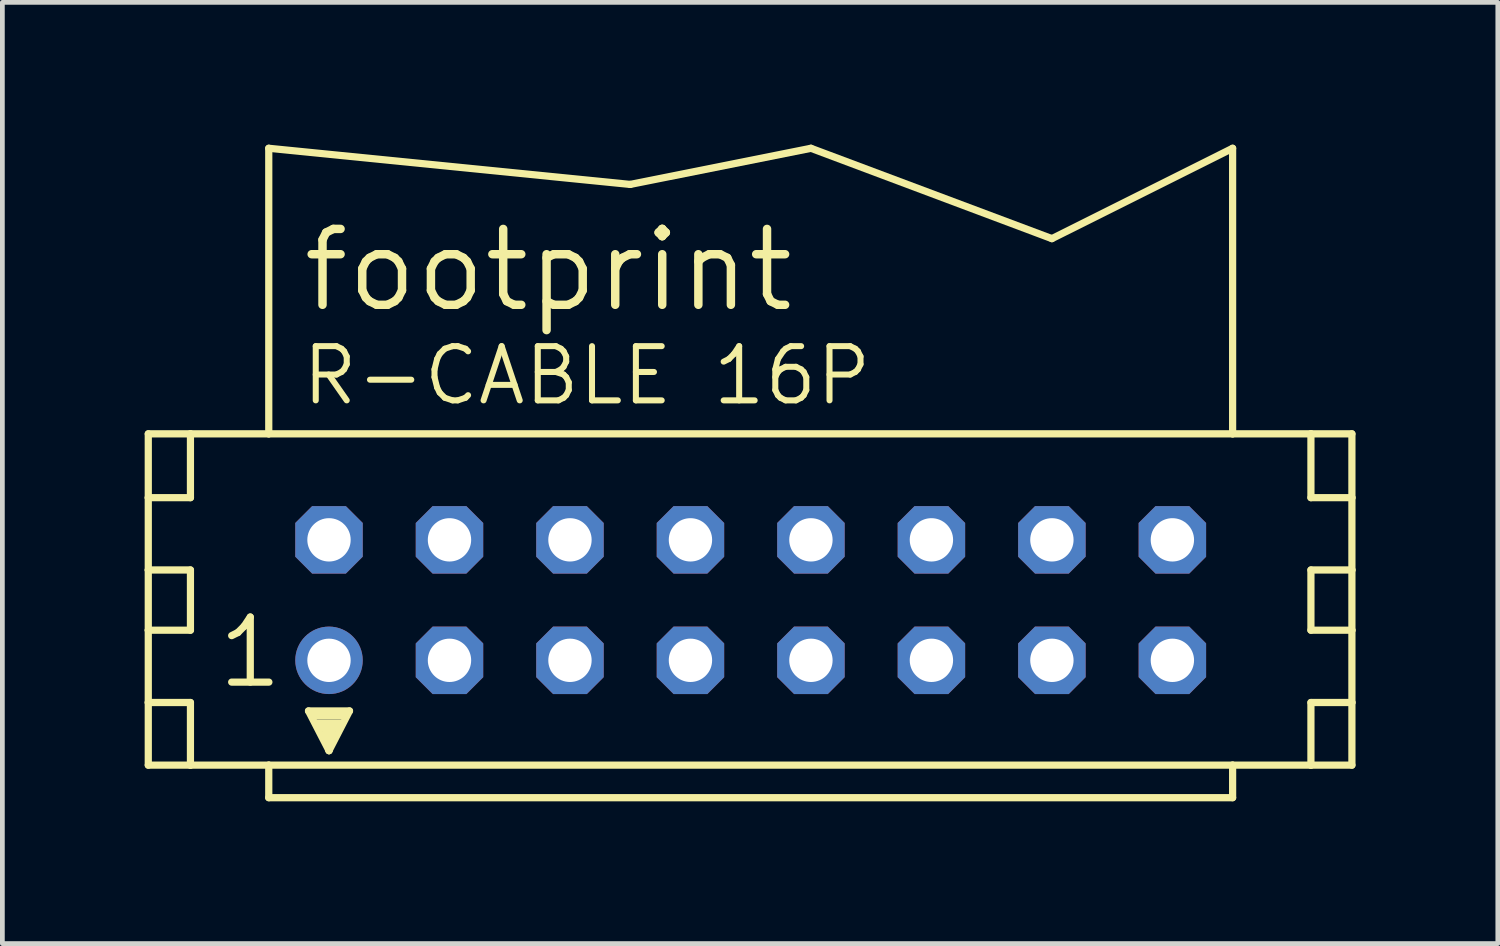
<source format=kicad_pcb>
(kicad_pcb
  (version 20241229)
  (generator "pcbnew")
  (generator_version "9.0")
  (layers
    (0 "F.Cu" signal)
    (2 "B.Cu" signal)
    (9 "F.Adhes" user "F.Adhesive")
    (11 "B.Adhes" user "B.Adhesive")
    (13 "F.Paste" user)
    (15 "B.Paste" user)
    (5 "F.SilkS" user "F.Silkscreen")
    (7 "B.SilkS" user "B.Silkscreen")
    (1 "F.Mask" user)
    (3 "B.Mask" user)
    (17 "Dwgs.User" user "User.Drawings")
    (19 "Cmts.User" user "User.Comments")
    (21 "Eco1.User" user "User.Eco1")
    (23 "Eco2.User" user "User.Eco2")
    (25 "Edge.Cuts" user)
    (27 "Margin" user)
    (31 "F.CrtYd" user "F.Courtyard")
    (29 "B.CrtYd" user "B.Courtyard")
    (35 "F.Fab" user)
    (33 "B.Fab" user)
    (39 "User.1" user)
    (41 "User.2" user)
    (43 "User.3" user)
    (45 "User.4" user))
  (footprint "footprint"
    (layer "F.Cu")
    (at 12.776 9.601)
    (property "Reference" "footprint" (at -9.525 -6.02 0) (layer "F.SilkS") (effects (font (size 1.6 1.6) (thickness 0.178)) (justify left bottom)))
    (fp_line (start -12.7 -3.505) (end -12.7 -2.159) (stroke (width 0.152) (type solid)) (layer "F.SilkS"))
    (fp_line (start -12.7 -2.159) (end -12.7 -0.635) (stroke (width 0.152) (type solid)) (layer "F.SilkS"))
    (fp_line (start -12.7 -2.159) (end -11.811 -2.159) (stroke (width 0.152) (type solid)) (layer "F.SilkS"))
    (fp_line (start -12.7 -0.635) (end -12.7 0.635) (stroke (width 0.152) (type solid)) (layer "F.SilkS"))
    (fp_line (start -12.7 -0.635) (end -11.811 -0.635) (stroke (width 0.152) (type solid)) (layer "F.SilkS"))
    (fp_line (start -12.7 0.635) (end -12.7 2.159) (stroke (width 0.152) (type solid)) (layer "F.SilkS"))
    (fp_line (start -12.7 0.635) (end -11.811 0.635) (stroke (width 0.152) (type solid)) (layer "F.SilkS"))
    (fp_line (start -12.7 2.159) (end -12.7 3.48) (stroke (width 0.152) (type solid)) (layer "F.SilkS"))
    (fp_line (start -12.7 2.159) (end -11.811 2.159) (stroke (width 0.152) (type solid)) (layer "F.SilkS"))
    (fp_line (start -12.7 3.48) (end -11.811 3.48) (stroke (width 0.152) (type solid)) (layer "F.SilkS"))
    (fp_line (start -11.811 -3.505) (end -12.7 -3.505) (stroke (width 0.152) (type solid)) (layer "F.SilkS"))
    (fp_line (start -11.811 -3.505) (end -11.811 -2.159) (stroke (width 0.152) (type solid)) (layer "F.SilkS"))
    (fp_line (start -11.811 -0.635) (end -11.811 0.635) (stroke (width 0.152) (type solid)) (layer "F.SilkS"))
    (fp_line (start -11.811 2.159) (end -11.811 3.48) (stroke (width 0.152) (type solid)) (layer "F.SilkS"))
    (fp_line (start -11.811 3.48) (end -10.16 3.48) (stroke (width 0.152) (type solid)) (layer "F.SilkS"))
    (fp_line (start -10.16 -9.525) (end -2.54 -8.763) (stroke (width 0.152) (type solid)) (layer "F.SilkS"))
    (fp_line (start -10.16 -3.505) (end -11.811 -3.505) (stroke (width 0.152) (type solid)) (layer "F.SilkS"))
    (fp_line (start -10.16 -3.505) (end -10.16 -9.525) (stroke (width 0.152) (type solid)) (layer "F.SilkS"))
    (fp_line (start -10.16 3.48) (end -10.16 4.166) (stroke (width 0.152) (type solid)) (layer "F.SilkS"))
    (fp_line (start -10.16 3.48) (end 10.16 3.48) (stroke (width 0.152) (type solid)) (layer "F.SilkS"))
    (fp_line (start -9.322 2.337) (end -8.458 2.337) (stroke (width 0.152) (type solid)) (layer "F.SilkS"))
    (fp_line (start -8.89 3.175) (end -9.322 2.337) (stroke (width 0.152) (type solid)) (layer "F.SilkS"))
    (fp_line (start -8.89 3.175) (end -8.89 2.921) (stroke (width 0.152) (type solid)) (layer "F.SilkS"))
    (fp_line (start -8.458 2.337) (end -8.89 3.175) (stroke (width 0.152) (type solid)) (layer "F.SilkS"))
    (fp_line (start -2.54 -8.763) (end 1.27 -9.525) (stroke (width 0.152) (type solid)) (layer "F.SilkS"))
    (fp_line (start 1.27 -9.525) (end 6.35 -7.62) (stroke (width 0.152) (type solid)) (layer "F.SilkS"))
    (fp_line (start 6.35 -7.62) (end 10.16 -9.525) (stroke (width 0.152) (type solid)) (layer "F.SilkS"))
    (fp_line (start 10.16 -3.505) (end -10.16 -3.505) (stroke (width 0.152) (type solid)) (layer "F.SilkS"))
    (fp_line (start 10.16 -3.505) (end 10.16 -9.525) (stroke (width 0.152) (type solid)) (layer "F.SilkS"))
    (fp_line (start 10.16 3.48) (end 10.16 4.166) (stroke (width 0.152) (type solid)) (layer "F.SilkS"))
    (fp_line (start 10.16 3.48) (end 11.811 3.48) (stroke (width 0.152) (type solid)) (layer "F.SilkS"))
    (fp_line (start 10.16 4.166) (end -10.16 4.166) (stroke (width 0.152) (type solid)) (layer "F.SilkS"))
    (fp_line (start 11.811 -3.505) (end 10.16 -3.505) (stroke (width 0.152) (type solid)) (layer "F.SilkS"))
    (fp_line (start 11.811 -3.505) (end 11.811 -2.159) (stroke (width 0.152) (type solid)) (layer "F.SilkS"))
    (fp_line (start 11.811 -2.159) (end 12.675 -2.159) (stroke (width 0.152) (type solid)) (layer "F.SilkS"))
    (fp_line (start 11.811 -0.635) (end 11.811 0.635) (stroke (width 0.152) (type solid)) (layer "F.SilkS"))
    (fp_line (start 11.811 -0.635) (end 12.675 -0.635) (stroke (width 0.152) (type solid)) (layer "F.SilkS"))
    (fp_line (start 11.811 0.635) (end 12.675 0.635) (stroke (width 0.152) (type solid)) (layer "F.SilkS"))
    (fp_line (start 11.811 2.159) (end 11.811 3.48) (stroke (width 0.152) (type solid)) (layer "F.SilkS"))
    (fp_line (start 11.811 2.159) (end 12.675 2.159) (stroke (width 0.152) (type solid)) (layer "F.SilkS"))
    (fp_line (start 11.811 3.48) (end 12.675 3.48) (stroke (width 0.152) (type solid)) (layer "F.SilkS"))
    (fp_line (start 12.675 -3.505) (end 11.811 -3.505) (stroke (width 0.152) (type solid)) (layer "F.SilkS"))
    (fp_line (start 12.675 -2.159) (end 12.675 -3.505) (stroke (width 0.152) (type solid)) (layer "F.SilkS"))
    (fp_line (start 12.675 -0.635) (end 12.675 -2.159) (stroke (width 0.152) (type solid)) (layer "F.SilkS"))
    (fp_line (start 12.675 0.635) (end 12.675 -0.635) (stroke (width 0.152) (type solid)) (layer "F.SilkS"))
    (fp_line (start 12.675 2.159) (end 12.675 0.635) (stroke (width 0.152) (type solid)) (layer "F.SilkS"))
    (fp_line (start 12.675 3.48) (end 12.675 2.159) (stroke (width 0.152) (type solid)) (layer "F.SilkS"))
    (fp_poly (pts (xy -9.271 2.515) (xy -8.89 2.515) (xy -8.89 2.388) (xy -9.271 2.388)) (stroke (width 0) (type solid)) (fill yes) (layer "F.SilkS"))
    (fp_poly (pts (xy -9.144 2.769) (xy -8.636 2.769) (xy -8.636 2.515) (xy -9.144 2.515)) (stroke (width 0) (type solid)) (fill yes) (layer "F.SilkS"))
    (fp_poly (pts (xy -9.017 2.972) (xy -8.763 2.972) (xy -8.763 2.718) (xy -9.017 2.718)) (stroke (width 0) (type solid)) (fill yes) (layer "F.SilkS"))
    (fp_poly (pts (xy -8.89 2.515) (xy -8.509 2.515) (xy -8.509 2.388) (xy -8.89 2.388)) (stroke (width 0) (type solid)) (fill yes) (layer "F.SilkS"))
    (fp_text user "R-CABLE 16P" (at -9.525 -4.064 0) (layer "F.SilkS") (effects (font (size 1.143 1.143) (thickness 0.127)) (justify left bottom)))
    (fp_text user "1" (at -11.303 1.905 0) (layer "F.SilkS") (effects (font (size 1.372 1.372) (thickness 0.152)) (justify left bottom)))
    (pad "1" thru_hole circle (at -8.89 1.27) (size 1.422 1.422) (drill 0.914) (layers "*.Cu" "*.Mask"))
    (pad "2" thru_hole roundrect (at -8.89 -1.27) (size 1.422 1.422) (drill 0.914) (layers "*.Cu" "*.Mask") (roundrect_rratio 0.25) (chamfer_ratio 0.25) (chamfer top_left top_right bottom_left bottom_right))
    (pad "3" thru_hole roundrect (at -6.35 1.27) (size 1.422 1.422) (drill 0.914) (layers "*.Cu" "*.Mask") (roundrect_rratio 0.25) (chamfer_ratio 0.25) (chamfer top_left top_right bottom_left bottom_right))
    (pad "4" thru_hole roundrect (at -6.35 -1.27) (size 1.422 1.422) (drill 0.914) (layers "*.Cu" "*.Mask") (roundrect_rratio 0.25) (chamfer_ratio 0.25) (chamfer top_left top_right bottom_left bottom_right))
    (pad "5" thru_hole roundrect (at -3.81 1.27) (size 1.422 1.422) (drill 0.914) (layers "*.Cu" "*.Mask") (roundrect_rratio 0.25) (chamfer_ratio 0.25) (chamfer top_left top_right bottom_left bottom_right))
    (pad "6" thru_hole roundrect (at -3.81 -1.27) (size 1.422 1.422) (drill 0.914) (layers "*.Cu" "*.Mask") (roundrect_rratio 0.25) (chamfer_ratio 0.25) (chamfer top_left top_right bottom_left bottom_right))
    (pad "7" thru_hole roundrect (at -1.27 1.27) (size 1.422 1.422) (drill 0.914) (layers "*.Cu" "*.Mask") (roundrect_rratio 0.25) (chamfer_ratio 0.25) (chamfer top_left top_right bottom_left bottom_right))
    (pad "8" thru_hole roundrect (at -1.27 -1.27) (size 1.422 1.422) (drill 0.914) (layers "*.Cu" "*.Mask") (roundrect_rratio 0.25) (chamfer_ratio 0.25) (chamfer top_left top_right bottom_left bottom_right))
    (pad "9" thru_hole roundrect (at 1.27 1.27) (size 1.422 1.422) (drill 0.914) (layers "*.Cu" "*.Mask") (roundrect_rratio 0.25) (chamfer_ratio 0.25) (chamfer top_left top_right bottom_left bottom_right))
    (pad "10" thru_hole roundrect (at 1.27 -1.27) (size 1.422 1.422) (drill 0.914) (layers "*.Cu" "*.Mask") (roundrect_rratio 0.25) (chamfer_ratio 0.25) (chamfer top_left top_right bottom_left bottom_right))
    (pad "11" thru_hole roundrect (at 3.81 1.27) (size 1.422 1.422) (drill 0.914) (layers "*.Cu" "*.Mask") (roundrect_rratio 0.25) (chamfer_ratio 0.25) (chamfer top_left top_right bottom_left bottom_right))
    (pad "12" thru_hole roundrect (at 3.81 -1.27) (size 1.422 1.422) (drill 0.914) (layers "*.Cu" "*.Mask") (roundrect_rratio 0.25) (chamfer_ratio 0.25) (chamfer top_left top_right bottom_left bottom_right))
    (pad "13" thru_hole roundrect (at 6.35 1.27) (size 1.422 1.422) (drill 0.914) (layers "*.Cu" "*.Mask") (roundrect_rratio 0.25) (chamfer_ratio 0.25) (chamfer top_left top_right bottom_left bottom_right))
    (pad "14" thru_hole roundrect (at 6.35 -1.27) (size 1.422 1.422) (drill 0.914) (layers "*.Cu" "*.Mask") (roundrect_rratio 0.25) (chamfer_ratio 0.25) (chamfer top_left top_right bottom_left bottom_right))
    (pad "15" thru_hole roundrect (at 8.89 1.27) (size 1.422 1.422) (drill 0.914) (layers "*.Cu" "*.Mask") (roundrect_rratio 0.25) (chamfer_ratio 0.25) (chamfer top_left top_right bottom_left bottom_right))
    (pad "16" thru_hole roundrect (at 8.89 -1.27) (size 1.422 1.422) (drill 0.914) (layers "*.Cu" "*.Mask") (roundrect_rratio 0.25) (chamfer_ratio 0.25) (chamfer top_left top_right bottom_left bottom_right)))
  (gr_rect
    (start -3 -3)
    (end 28.527 16.843)
    (stroke (width 0.1) (type default))
    (fill no)
    (layer "Edge.Cuts")))
</source>
